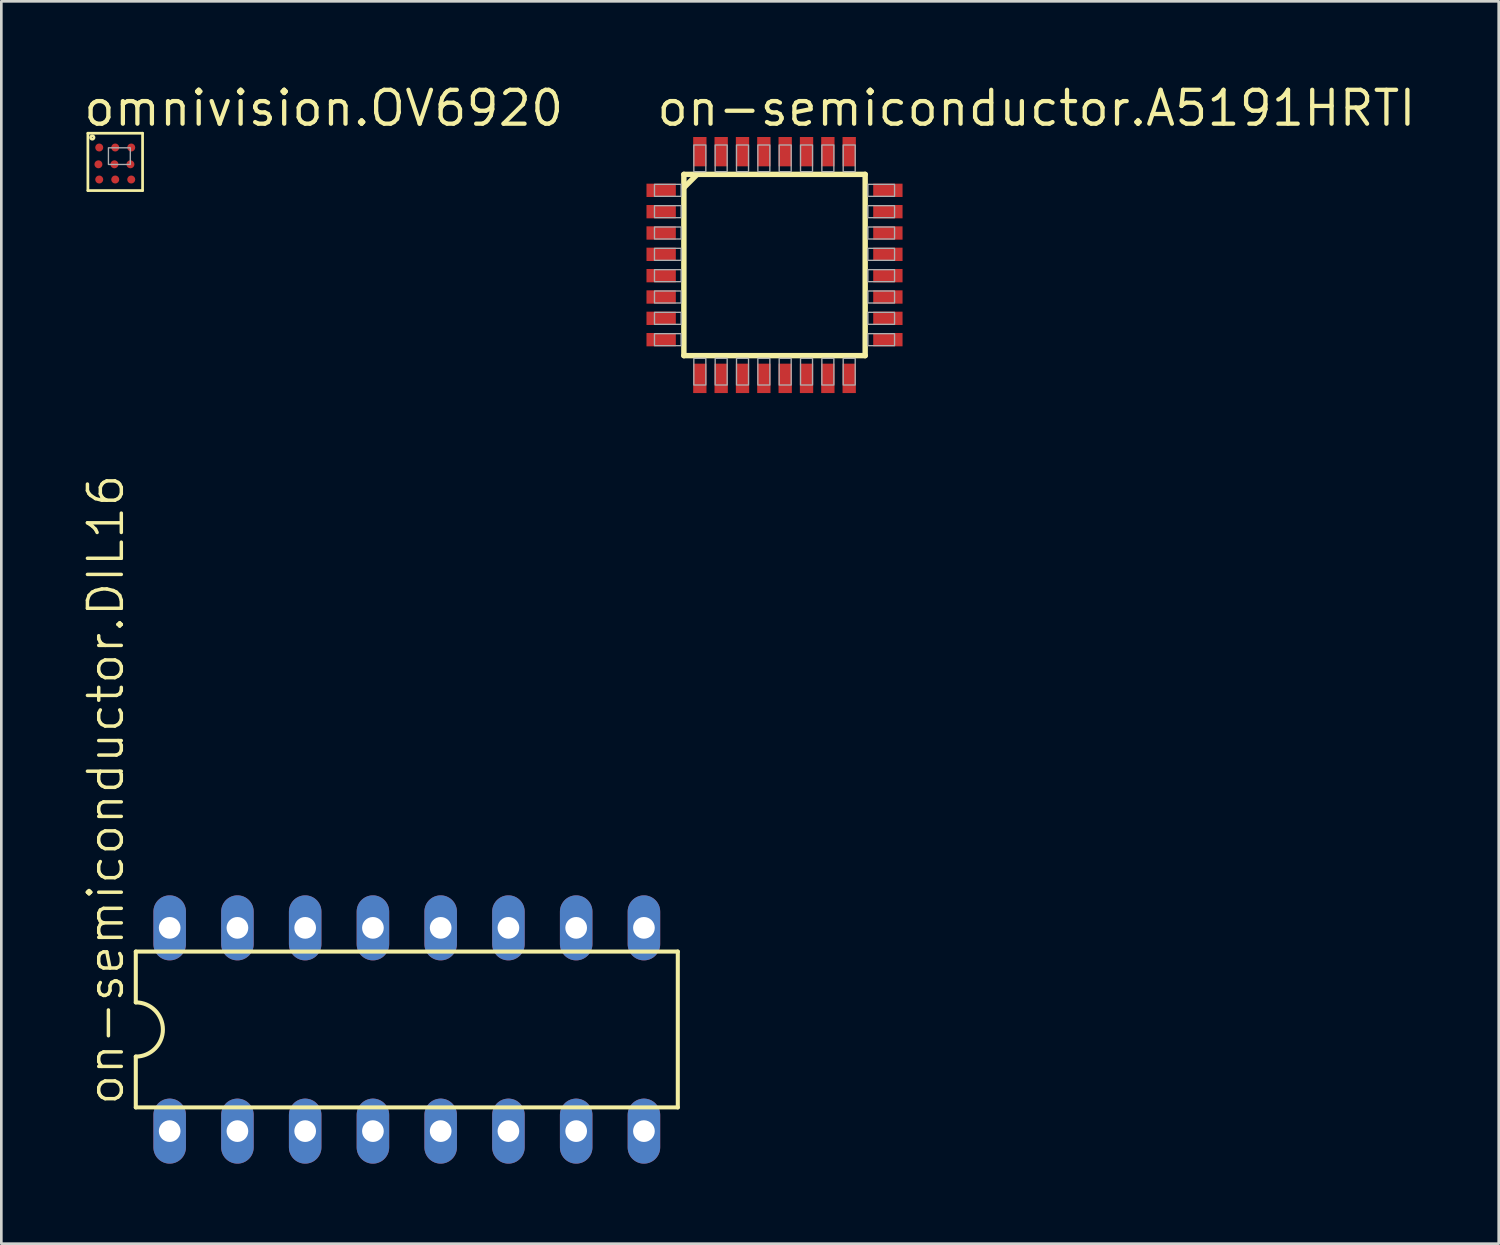
<source format=kicad_pcb>
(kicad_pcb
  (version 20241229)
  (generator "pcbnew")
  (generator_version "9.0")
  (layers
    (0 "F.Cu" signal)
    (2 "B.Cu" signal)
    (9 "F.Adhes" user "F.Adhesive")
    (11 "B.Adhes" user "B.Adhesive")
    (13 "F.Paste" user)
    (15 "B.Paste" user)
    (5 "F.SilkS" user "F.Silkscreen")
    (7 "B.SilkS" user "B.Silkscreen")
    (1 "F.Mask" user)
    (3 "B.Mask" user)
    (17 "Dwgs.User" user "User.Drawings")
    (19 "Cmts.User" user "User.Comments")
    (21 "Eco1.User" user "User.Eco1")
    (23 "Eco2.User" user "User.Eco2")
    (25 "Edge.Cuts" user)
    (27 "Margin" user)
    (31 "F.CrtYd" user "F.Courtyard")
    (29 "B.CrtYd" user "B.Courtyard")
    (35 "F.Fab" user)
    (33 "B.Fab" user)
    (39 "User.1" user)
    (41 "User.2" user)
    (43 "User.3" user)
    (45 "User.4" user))
  (footprint "omnivision.OV6920"
    (layer "F.Cu")
    (at 1.27 3.02)
    (property "Reference" "omnivision.OV6920" (at -1.27 -1.27 0) (layer "F.SilkS") (effects (font (size 1.27 1.27) (thickness 0.16)) (justify left bottom)))
    (attr smd)
    (fp_circle (center -0.63 0.09) (end -0.455 0.09) (stroke (width 0.1) (type default)) (fill no) (layer "F.Mask"))
    (fp_circle (center -0.6 -0.54) (end -0.425 -0.54) (stroke (width 0.1) (type default)) (fill no) (layer "F.Mask"))
    (fp_circle (center -0.6 0.66) (end -0.425 0.66) (stroke (width 0.1) (type default)) (fill no) (layer "F.Mask"))
    (fp_circle (center -0.03 0.09) (end 0.145 0.09) (stroke (width 0.1) (type default)) (fill no) (layer "F.Mask"))
    (fp_circle (center 0 -0.54) (end 0.175 -0.54) (stroke (width 0.1) (type default)) (fill no) (layer "F.Mask"))
    (fp_circle (center 0 0.66) (end 0.175 0.66) (stroke (width 0.1) (type default)) (fill no) (layer "F.Mask"))
    (fp_circle (center 0.57 0.09) (end 0.745 0.09) (stroke (width 0.1) (type default)) (fill no) (layer "F.Mask"))
    (fp_circle (center 0.6 -0.54) (end 0.775 -0.54) (stroke (width 0.1) (type default)) (fill no) (layer "F.Mask"))
    (fp_circle (center 0.6 0.66) (end 0.775 0.66) (stroke (width 0.1) (type default)) (fill no) (layer "F.Mask"))
    (fp_line (start -1.025 -1.075) (end 1.025 -1.075) (stroke (width 0.102) (type default)) (layer "F.SilkS"))
    (fp_line (start -1.025 1.075) (end -1.025 -1.075) (stroke (width 0.102) (type default)) (layer "F.SilkS"))
    (fp_line (start 1.025 -1.075) (end 1.025 1.075) (stroke (width 0.102) (type default)) (layer "F.SilkS"))
    (fp_line (start 1.025 1.075) (end -1.025 1.075) (stroke (width 0.102) (type default)) (layer "F.SilkS"))
    (fp_circle (center -0.86 -0.915) (end -0.794 -0.915) (stroke (width 0.1) (type default)) (fill no) (layer "F.SilkS"))
    (fp_rect (start -0.255 0.095) (end 0.565 -0.53) (stroke (width 0.05) (type default)) (fill no) (layer "F.Fab"))
    (pad "A1" smd roundrect (at -0.6 -0.54) (size 0.3 0.3) (layers "F.Cu" "F.Mask" "F.Paste") (roundrect_rratio 0.5))
    (pad "A2" smd roundrect (at 0 -0.54) (size 0.3 0.3) (layers "F.Cu" "F.Mask" "F.Paste") (roundrect_rratio 0.5))
    (pad "A3" smd roundrect (at 0.6 -0.54) (size 0.3 0.3) (layers "F.Cu" "F.Mask" "F.Paste") (roundrect_rratio 0.5))
    (pad "B1" smd roundrect (at -0.63 0.09) (size 0.3 0.3) (layers "F.Cu" "F.Mask" "F.Paste") (roundrect_rratio 0.5))
    (pad "B2" smd roundrect (at -0.03 0.09) (size 0.3 0.3) (layers "F.Cu" "F.Mask" "F.Paste") (roundrect_rratio 0.5))
    (pad "B3" smd roundrect (at 0.57 0.09) (size 0.3 0.3) (layers "F.Cu" "F.Mask" "F.Paste") (roundrect_rratio 0.5))
    (pad "C1" smd roundrect (at -0.6 0.66) (size 0.3 0.3) (layers "F.Cu" "F.Mask" "F.Paste") (roundrect_rratio 0.5))
    (pad "C2" smd roundrect (at 0 0.66) (size 0.3 0.3) (layers "F.Cu" "F.Mask" "F.Paste") (roundrect_rratio 0.5))
    (pad "C3" smd roundrect (at 0.6 0.66) (size 0.3 0.3) (layers "F.Cu" "F.Mask" "F.Paste") (roundrect_rratio 0.5)))
  (footprint "on-semiconductor.A5191HRTI"
    (layer "F.Cu")
    (at 25.987 6.885)
    (property "Reference" "on-semiconductor.A5191HRTI" (at -4.5 -5.135 0) (layer "F.SilkS") (effects (font (size 1.27 1.27) (thickness 0.16)) (justify left bottom)))
    (attr smd)
    (fp_line (start -3.398 -3.398) (end -3.398 3.398) (stroke (width 0.203) (type default)) (layer "F.SilkS"))
    (fp_line (start -3.398 -2.9) (end -2.9 -3.398) (stroke (width 0.203) (type default)) (layer "F.SilkS"))
    (fp_line (start -3.398 3.398) (end 3.398 3.398) (stroke (width 0.203) (type default)) (layer "F.SilkS"))
    (fp_line (start 3.398 -3.398) (end -3.398 -3.398) (stroke (width 0.203) (type default)) (layer "F.SilkS"))
    (fp_line (start 3.398 3.398) (end 3.398 -3.398) (stroke (width 0.203) (type default)) (layer "F.SilkS"))
    (fp_rect (start -4.5 -2.575) (end -3.5 -3.025) (stroke (width 0.05) (type default)) (fill no) (layer "F.Fab"))
    (fp_rect (start -4.5 -1.775) (end -3.5 -2.225) (stroke (width 0.05) (type default)) (fill no) (layer "F.Fab"))
    (fp_rect (start -4.5 -0.975) (end -3.5 -1.425) (stroke (width 0.05) (type default)) (fill no) (layer "F.Fab"))
    (fp_rect (start -4.5 -0.175) (end -3.5 -0.625) (stroke (width 0.05) (type default)) (fill no) (layer "F.Fab"))
    (fp_rect (start -4.5 0.625) (end -3.5 0.175) (stroke (width 0.05) (type default)) (fill no) (layer "F.Fab"))
    (fp_rect (start -4.5 1.425) (end -3.5 0.975) (stroke (width 0.05) (type default)) (fill no) (layer "F.Fab"))
    (fp_rect (start -4.5 2.225) (end -3.5 1.775) (stroke (width 0.05) (type default)) (fill no) (layer "F.Fab"))
    (fp_rect (start -4.5 3.025) (end -3.5 2.575) (stroke (width 0.05) (type default)) (fill no) (layer "F.Fab"))
    (fp_rect (start -3.025 -3.5) (end -2.575 -4.5) (stroke (width 0.05) (type default)) (fill no) (layer "F.Fab"))
    (fp_rect (start -3.025 4.5) (end -2.575 3.5) (stroke (width 0.05) (type default)) (fill no) (layer "F.Fab"))
    (fp_rect (start -2.225 -3.5) (end -1.775 -4.5) (stroke (width 0.05) (type default)) (fill no) (layer "F.Fab"))
    (fp_rect (start -2.225 4.5) (end -1.775 3.5) (stroke (width 0.05) (type default)) (fill no) (layer "F.Fab"))
    (fp_rect (start -1.425 -3.5) (end -0.975 -4.5) (stroke (width 0.05) (type default)) (fill no) (layer "F.Fab"))
    (fp_rect (start -1.425 4.5) (end -0.975 3.5) (stroke (width 0.05) (type default)) (fill no) (layer "F.Fab"))
    (fp_rect (start -0.625 -3.5) (end -0.175 -4.5) (stroke (width 0.05) (type default)) (fill no) (layer "F.Fab"))
    (fp_rect (start -0.625 4.5) (end -0.175 3.5) (stroke (width 0.05) (type default)) (fill no) (layer "F.Fab"))
    (fp_rect (start 0.175 -3.5) (end 0.625 -4.5) (stroke (width 0.05) (type default)) (fill no) (layer "F.Fab"))
    (fp_rect (start 0.175 4.5) (end 0.625 3.5) (stroke (width 0.05) (type default)) (fill no) (layer "F.Fab"))
    (fp_rect (start 0.975 -3.5) (end 1.425 -4.5) (stroke (width 0.05) (type default)) (fill no) (layer "F.Fab"))
    (fp_rect (start 0.975 4.5) (end 1.425 3.5) (stroke (width 0.05) (type default)) (fill no) (layer "F.Fab"))
    (fp_rect (start 1.775 -3.5) (end 2.225 -4.5) (stroke (width 0.05) (type default)) (fill no) (layer "F.Fab"))
    (fp_rect (start 1.775 4.5) (end 2.225 3.5) (stroke (width 0.05) (type default)) (fill no) (layer "F.Fab"))
    (fp_rect (start 2.575 -3.5) (end 3.025 -4.5) (stroke (width 0.05) (type default)) (fill no) (layer "F.Fab"))
    (fp_rect (start 2.575 4.5) (end 3.025 3.5) (stroke (width 0.05) (type default)) (fill no) (layer "F.Fab"))
    (fp_rect (start 3.5 -2.575) (end 4.5 -3.025) (stroke (width 0.05) (type default)) (fill no) (layer "F.Fab"))
    (fp_rect (start 3.5 -1.775) (end 4.5 -2.225) (stroke (width 0.05) (type default)) (fill no) (layer "F.Fab"))
    (fp_rect (start 3.5 -0.975) (end 4.5 -1.425) (stroke (width 0.05) (type default)) (fill no) (layer "F.Fab"))
    (fp_rect (start 3.5 -0.175) (end 4.5 -0.625) (stroke (width 0.05) (type default)) (fill no) (layer "F.Fab"))
    (fp_rect (start 3.5 0.625) (end 4.5 0.175) (stroke (width 0.05) (type default)) (fill no) (layer "F.Fab"))
    (fp_rect (start 3.5 1.425) (end 4.5 0.975) (stroke (width 0.05) (type default)) (fill no) (layer "F.Fab"))
    (fp_rect (start 3.5 2.225) (end 4.5 1.775) (stroke (width 0.05) (type default)) (fill no) (layer "F.Fab"))
    (fp_rect (start 3.5 3.025) (end 4.5 2.575) (stroke (width 0.05) (type default)) (fill no) (layer "F.Fab"))
    (pad "1" smd roundrect (at -4.25 -2.8) (size 1.1 0.5) (layers "F.Cu" "F.Mask" "F.Paste") (roundrect_rratio 0.01))
    (pad "2" smd roundrect (at -4.25 -2) (size 1.1 0.5) (layers "F.Cu" "F.Mask" "F.Paste") (roundrect_rratio 0.01))
    (pad "3" smd roundrect (at -4.25 -1.2) (size 1.1 0.5) (layers "F.Cu" "F.Mask" "F.Paste") (roundrect_rratio 0.01))
    (pad "4" smd roundrect (at -4.25 -0.4) (size 1.1 0.5) (layers "F.Cu" "F.Mask" "F.Paste") (roundrect_rratio 0.01))
    (pad "5" smd roundrect (at -4.25 0.4) (size 1.1 0.5) (layers "F.Cu" "F.Mask" "F.Paste") (roundrect_rratio 0.01))
    (pad "6" smd roundrect (at -4.25 1.2) (size 1.1 0.5) (layers "F.Cu" "F.Mask" "F.Paste") (roundrect_rratio 0.01))
    (pad "7" smd roundrect (at -4.25 2) (size 1.1 0.5) (layers "F.Cu" "F.Mask" "F.Paste") (roundrect_rratio 0.01))
    (pad "8" smd roundrect (at -4.25 2.8) (size 1.1 0.5) (layers "F.Cu" "F.Mask" "F.Paste") (roundrect_rratio 0.01))
    (pad "9" smd roundrect (at -2.8 4.25) (size 0.5 1.1) (layers "F.Cu" "F.Mask" "F.Paste") (roundrect_rratio 0.01))
    (pad "10" smd roundrect (at -2 4.25) (size 0.5 1.1) (layers "F.Cu" "F.Mask" "F.Paste") (roundrect_rratio 0.01))
    (pad "11" smd roundrect (at -1.2 4.25) (size 0.5 1.1) (layers "F.Cu" "F.Mask" "F.Paste") (roundrect_rratio 0.01))
    (pad "12" smd roundrect (at -0.4 4.25) (size 0.5 1.1) (layers "F.Cu" "F.Mask" "F.Paste") (roundrect_rratio 0.01))
    (pad "13" smd roundrect (at 0.4 4.25) (size 0.5 1.1) (layers "F.Cu" "F.Mask" "F.Paste") (roundrect_rratio 0.01))
    (pad "14" smd roundrect (at 1.2 4.25) (size 0.5 1.1) (layers "F.Cu" "F.Mask" "F.Paste") (roundrect_rratio 0.01))
    (pad "15" smd roundrect (at 2 4.25) (size 0.5 1.1) (layers "F.Cu" "F.Mask" "F.Paste") (roundrect_rratio 0.01))
    (pad "16" smd roundrect (at 2.8 4.25) (size 0.5 1.1) (layers "F.Cu" "F.Mask" "F.Paste") (roundrect_rratio 0.01))
    (pad "17" smd roundrect (at 4.25 2.8) (size 1.1 0.5) (layers "F.Cu" "F.Mask" "F.Paste") (roundrect_rratio 0.01))
    (pad "18" smd roundrect (at 4.25 2) (size 1.1 0.5) (layers "F.Cu" "F.Mask" "F.Paste") (roundrect_rratio 0.01))
    (pad "19" smd roundrect (at 4.25 1.2) (size 1.1 0.5) (layers "F.Cu" "F.Mask" "F.Paste") (roundrect_rratio 0.01))
    (pad "20" smd roundrect (at 4.25 0.4) (size 1.1 0.5) (layers "F.Cu" "F.Mask" "F.Paste") (roundrect_rratio 0.01))
    (pad "21" smd roundrect (at 4.25 -0.4) (size 1.1 0.5) (layers "F.Cu" "F.Mask" "F.Paste") (roundrect_rratio 0.01))
    (pad "22" smd roundrect (at 4.25 -1.2) (size 1.1 0.5) (layers "F.Cu" "F.Mask" "F.Paste") (roundrect_rratio 0.01))
    (pad "23" smd roundrect (at 4.25 -2) (size 1.1 0.5) (layers "F.Cu" "F.Mask" "F.Paste") (roundrect_rratio 0.01))
    (pad "24" smd roundrect (at 4.25 -2.8) (size 1.1 0.5) (layers "F.Cu" "F.Mask" "F.Paste") (roundrect_rratio 0.01))
    (pad "25" smd roundrect (at 2.8 -4.25) (size 0.5 1.1) (layers "F.Cu" "F.Mask" "F.Paste") (roundrect_rratio 0.01))
    (pad "26" smd roundrect (at 2 -4.25) (size 0.5 1.1) (layers "F.Cu" "F.Mask" "F.Paste") (roundrect_rratio 0.01))
    (pad "27" smd roundrect (at 1.2 -4.25) (size 0.5 1.1) (layers "F.Cu" "F.Mask" "F.Paste") (roundrect_rratio 0.01))
    (pad "28" smd roundrect (at 0.4 -4.25) (size 0.5 1.1) (layers "F.Cu" "F.Mask" "F.Paste") (roundrect_rratio 0.01))
    (pad "29" smd roundrect (at -0.4 -4.25) (size 0.5 1.1) (layers "F.Cu" "F.Mask" "F.Paste") (roundrect_rratio 0.01))
    (pad "30" smd roundrect (at -1.2 -4.25) (size 0.5 1.1) (layers "F.Cu" "F.Mask" "F.Paste") (roundrect_rratio 0.01))
    (pad "31" smd roundrect (at -2 -4.25) (size 0.5 1.1) (layers "F.Cu" "F.Mask" "F.Paste") (roundrect_rratio 0.01))
    (pad "32" smd roundrect (at -2.8 -4.25) (size 0.5 1.1) (layers "F.Cu" "F.Mask" "F.Paste") (roundrect_rratio 0.01)))
  (footprint "on-semiconductor.DIL16"
    (layer "F.Cu")
    (at 12.201 35.546)
    (property "Reference" "on-semiconductor.DIL16" (at -10.541 2.921 90) (layer "F.SilkS") (effects (font (size 1.27 1.27) (thickness 0.13)) (justify left bottom)))
    (attr through_hole)
    (fp_line (start -10.16 -2.921) (end -10.16 -1.016) (stroke (width 0.152) (type default)) (layer "F.SilkS"))
    (fp_line (start -10.16 2.921) (end -10.16 1.016) (stroke (width 0.152) (type default)) (layer "F.SilkS"))
    (fp_line (start -10.16 2.921) (end 10.16 2.921) (stroke (width 0.152) (type default)) (layer "F.SilkS"))
    (fp_line (start 10.16 -2.921) (end -10.16 -2.921) (stroke (width 0.152) (type default)) (layer "F.SilkS"))
    (fp_line (start 10.16 -2.921) (end 10.16 2.921) (stroke (width 0.152) (type default)) (layer "F.SilkS"))
    (fp_arc (start -10.16 -1.016) (mid -9.144 0) (end -10.16 1.016) (stroke (width 0.1524) (type default)) (layer "F.SilkS"))
    (pad "1" thru_hole oval (at -8.89 3.81 90) (size 2.438 1.219) (drill 0.813) (layers "*.Cu" "*.Mask"))
    (pad "2" thru_hole oval (at -6.35 3.81 90) (size 2.438 1.219) (drill 0.813) (layers "*.Cu" "*.Mask"))
    (pad "3" thru_hole oval (at -3.81 3.81 90) (size 2.438 1.219) (drill 0.813) (layers "*.Cu" "*.Mask"))
    (pad "4" thru_hole oval (at -1.27 3.81 90) (size 2.438 1.219) (drill 0.813) (layers "*.Cu" "*.Mask"))
    (pad "5" thru_hole oval (at 1.27 3.81 90) (size 2.438 1.219) (drill 0.813) (layers "*.Cu" "*.Mask"))
    (pad "6" thru_hole oval (at 3.81 3.81 90) (size 2.438 1.219) (drill 0.813) (layers "*.Cu" "*.Mask"))
    (pad "7" thru_hole oval (at 6.35 3.81 90) (size 2.438 1.219) (drill 0.813) (layers "*.Cu" "*.Mask"))
    (pad "8" thru_hole oval (at 8.89 3.81 90) (size 2.438 1.219) (drill 0.813) (layers "*.Cu" "*.Mask"))
    (pad "9" thru_hole oval (at 8.89 -3.81 90) (size 2.438 1.219) (drill 0.813) (layers "*.Cu" "*.Mask"))
    (pad "10" thru_hole oval (at 6.35 -3.81 90) (size 2.438 1.219) (drill 0.813) (layers "*.Cu" "*.Mask"))
    (pad "11" thru_hole oval (at 3.81 -3.81 90) (size 2.438 1.219) (drill 0.813) (layers "*.Cu" "*.Mask"))
    (pad "12" thru_hole oval (at 1.27 -3.81 90) (size 2.438 1.219) (drill 0.813) (layers "*.Cu" "*.Mask"))
    (pad "13" thru_hole oval (at -1.27 -3.81 90) (size 2.438 1.219) (drill 0.813) (layers "*.Cu" "*.Mask"))
    (pad "14" thru_hole oval (at -3.81 -3.81 90) (size 2.438 1.219) (drill 0.813) (layers "*.Cu" "*.Mask"))
    (pad "15" thru_hole oval (at -6.35 -3.81 90) (size 2.438 1.219) (drill 0.813) (layers "*.Cu" "*.Mask"))
    (pad "16" thru_hole oval (at -8.89 -3.81 90) (size 2.438 1.219) (drill 0.813) (layers "*.Cu" "*.Mask")))
  (gr_rect
    (start -3 -3)
    (end 53.137 43.575)
    (stroke (width 0.1) (type default))
    (fill no)
    (layer "Edge.Cuts")))
</source>
